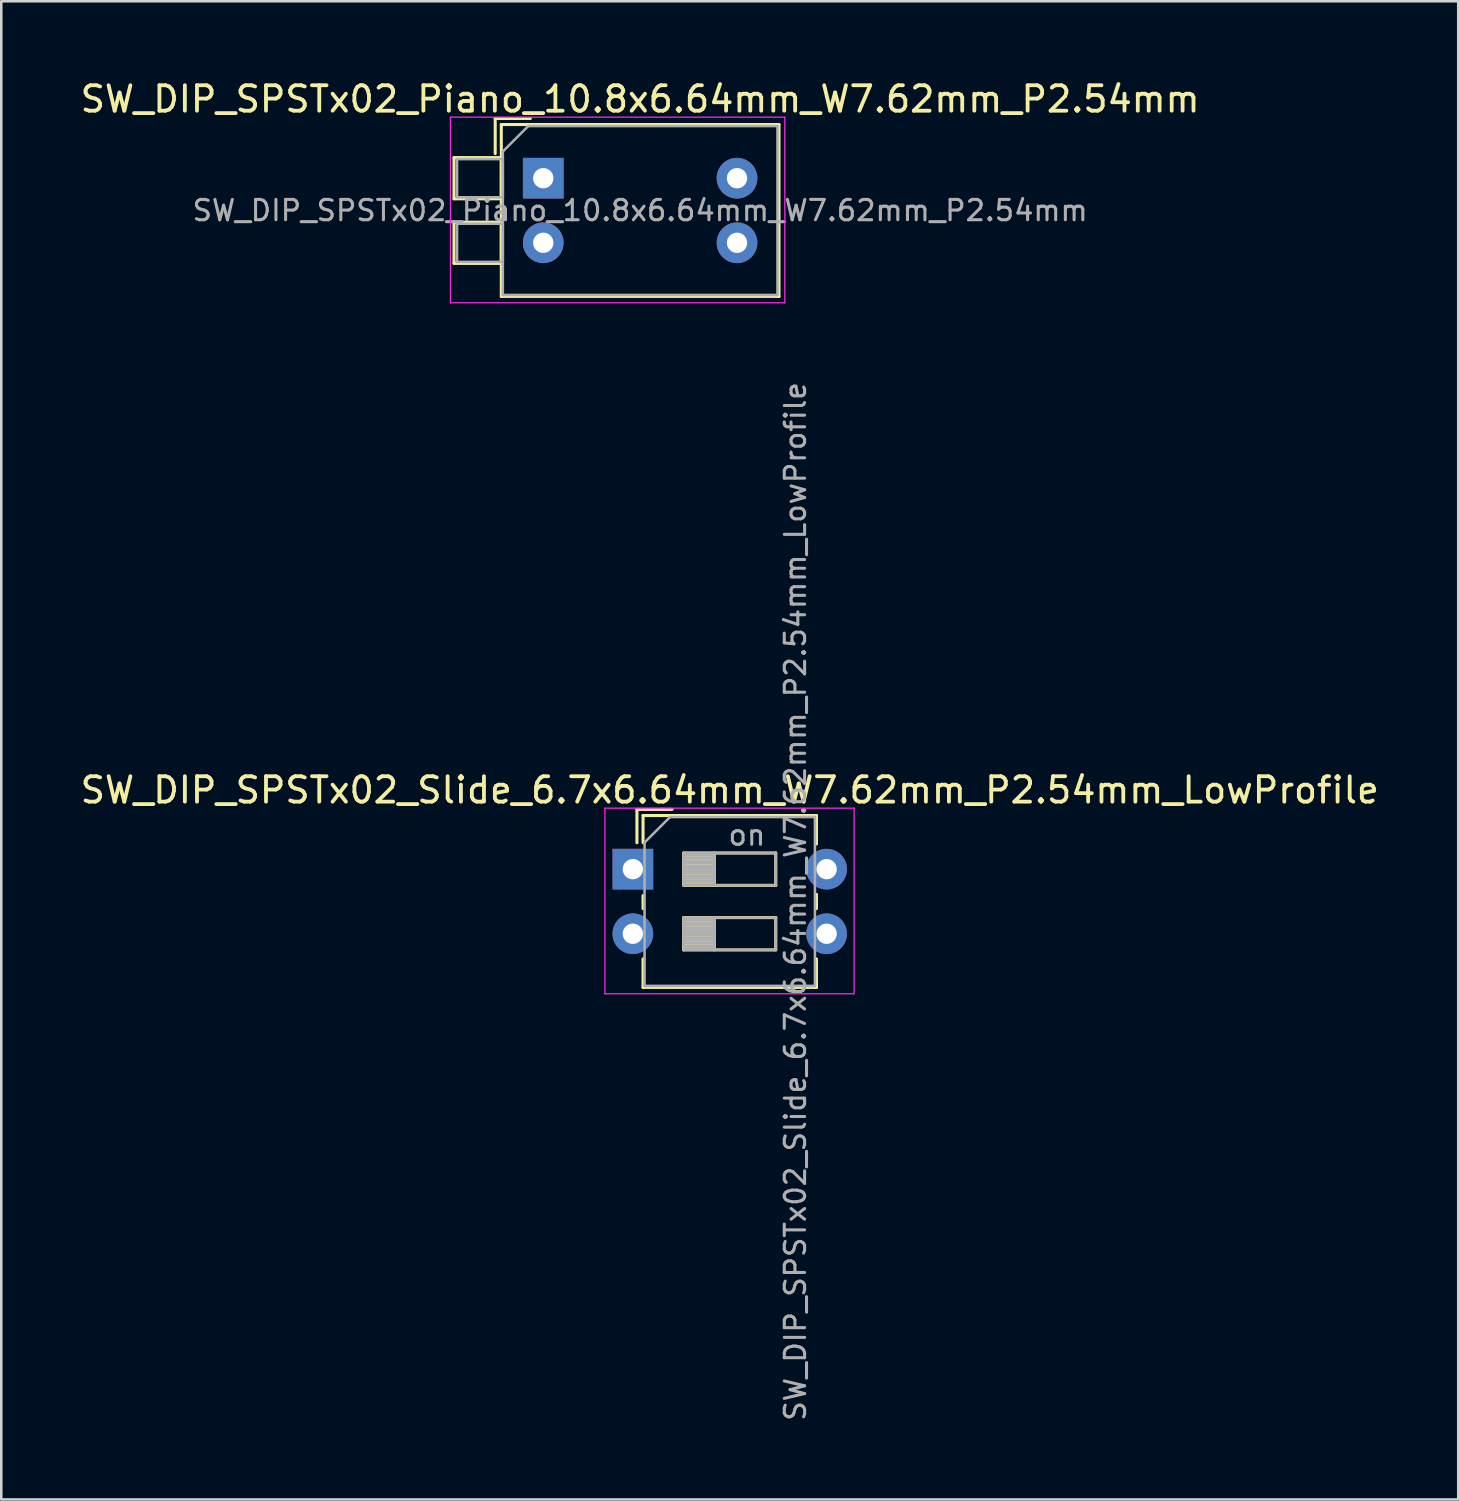
<source format=kicad_pcb>
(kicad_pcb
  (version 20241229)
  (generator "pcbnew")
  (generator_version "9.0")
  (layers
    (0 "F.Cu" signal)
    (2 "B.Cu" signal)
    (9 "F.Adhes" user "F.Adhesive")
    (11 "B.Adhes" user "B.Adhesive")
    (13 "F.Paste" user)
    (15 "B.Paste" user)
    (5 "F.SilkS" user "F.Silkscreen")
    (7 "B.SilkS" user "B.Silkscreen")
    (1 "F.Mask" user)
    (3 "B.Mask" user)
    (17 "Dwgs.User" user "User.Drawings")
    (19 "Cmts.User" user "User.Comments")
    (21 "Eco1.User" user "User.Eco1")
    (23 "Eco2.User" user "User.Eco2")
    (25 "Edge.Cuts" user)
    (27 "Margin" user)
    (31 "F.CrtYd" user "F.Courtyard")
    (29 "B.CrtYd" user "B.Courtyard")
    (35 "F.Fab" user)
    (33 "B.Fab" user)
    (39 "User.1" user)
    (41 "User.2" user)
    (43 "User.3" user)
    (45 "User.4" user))
  (footprint "SW_DIP_SPSTx02_Slide_6.7x6.64mm_W7.62mm_P2.54mm_LowProfile"
    (layer "F.Cu")
    (at 21.839 31.132)
    (property "Reference" "SW_DIP_SPSTx02_Slide_6.7x6.64mm_W7.62mm_P2.54mm_LowProfile" (at 3.81 -3.11 0) (layer "F.SilkS") (effects (font (size 1 1) (thickness 0.15))))
    (attr through_hole)
    (fp_line (start 0.16 -2.35) (end 0.16 -1.04) (stroke (width 0.12) (type solid)) (layer "F.SilkS"))
    (fp_line (start 0.16 -2.35) (end 1.543 -2.35) (stroke (width 0.12) (type solid)) (layer "F.SilkS"))
    (fp_line (start 0.4 -2.11) (end 0.4 -1.04) (stroke (width 0.12) (type solid)) (layer "F.SilkS"))
    (fp_line (start 0.4 -2.11) (end 7.221 -2.11) (stroke (width 0.12) (type solid)) (layer "F.SilkS"))
    (fp_line (start 0.4 1.04) (end 0.4 1.551) (stroke (width 0.12) (type solid)) (layer "F.SilkS"))
    (fp_line (start 0.4 3.53) (end 0.4 4.65) (stroke (width 0.12) (type solid)) (layer "F.SilkS"))
    (fp_line (start 0.4 4.65) (end 7.221 4.65) (stroke (width 0.12) (type solid)) (layer "F.SilkS"))
    (fp_line (start 2 -0.635) (end 2 0.635) (stroke (width 0.12) (type solid)) (layer "F.SilkS"))
    (fp_line (start 2 -0.515) (end 3.207 -0.515) (stroke (width 0.12) (type solid)) (layer "F.SilkS"))
    (fp_line (start 2 -0.395) (end 3.207 -0.395) (stroke (width 0.12) (type solid)) (layer "F.SilkS"))
    (fp_line (start 2 -0.275) (end 3.207 -0.275) (stroke (width 0.12) (type solid)) (layer "F.SilkS"))
    (fp_line (start 2 -0.155) (end 3.207 -0.155) (stroke (width 0.12) (type solid)) (layer "F.SilkS"))
    (fp_line (start 2 -0.035) (end 3.207 -0.035) (stroke (width 0.12) (type solid)) (layer "F.SilkS"))
    (fp_line (start 2 0.085) (end 3.207 0.085) (stroke (width 0.12) (type solid)) (layer "F.SilkS"))
    (fp_line (start 2 0.205) (end 3.207 0.205) (stroke (width 0.12) (type solid)) (layer "F.SilkS"))
    (fp_line (start 2 0.325) (end 3.207 0.325) (stroke (width 0.12) (type solid)) (layer "F.SilkS"))
    (fp_line (start 2 0.445) (end 3.207 0.445) (stroke (width 0.12) (type solid)) (layer "F.SilkS"))
    (fp_line (start 2 0.565) (end 3.207 0.565) (stroke (width 0.12) (type solid)) (layer "F.SilkS"))
    (fp_line (start 2 0.635) (end 5.62 0.635) (stroke (width 0.12) (type solid)) (layer "F.SilkS"))
    (fp_line (start 2 1.905) (end 2 3.175) (stroke (width 0.12) (type solid)) (layer "F.SilkS"))
    (fp_line (start 2 2.025) (end 3.207 2.025) (stroke (width 0.12) (type solid)) (layer "F.SilkS"))
    (fp_line (start 2 2.145) (end 3.207 2.145) (stroke (width 0.12) (type solid)) (layer "F.SilkS"))
    (fp_line (start 2 2.265) (end 3.207 2.265) (stroke (width 0.12) (type solid)) (layer "F.SilkS"))
    (fp_line (start 2 2.385) (end 3.207 2.385) (stroke (width 0.12) (type solid)) (layer "F.SilkS"))
    (fp_line (start 2 2.505) (end 3.207 2.505) (stroke (width 0.12) (type solid)) (layer "F.SilkS"))
    (fp_line (start 2 2.625) (end 3.207 2.625) (stroke (width 0.12) (type solid)) (layer "F.SilkS"))
    (fp_line (start 2 2.745) (end 3.207 2.745) (stroke (width 0.12) (type solid)) (layer "F.SilkS"))
    (fp_line (start 2 2.865) (end 3.207 2.865) (stroke (width 0.12) (type solid)) (layer "F.SilkS"))
    (fp_line (start 2 2.985) (end 3.207 2.985) (stroke (width 0.12) (type solid)) (layer "F.SilkS"))
    (fp_line (start 2 3.105) (end 3.207 3.105) (stroke (width 0.12) (type solid)) (layer "F.SilkS"))
    (fp_line (start 2 3.175) (end 5.62 3.175) (stroke (width 0.12) (type solid)) (layer "F.SilkS"))
    (fp_line (start 3.207 -0.635) (end 3.207 0.635) (stroke (width 0.12) (type solid)) (layer "F.SilkS"))
    (fp_line (start 3.207 1.905) (end 3.207 3.175) (stroke (width 0.12) (type solid)) (layer "F.SilkS"))
    (fp_line (start 5.62 -0.635) (end 2 -0.635) (stroke (width 0.12) (type solid)) (layer "F.SilkS"))
    (fp_line (start 5.62 0.635) (end 5.62 -0.635) (stroke (width 0.12) (type solid)) (layer "F.SilkS"))
    (fp_line (start 5.62 1.905) (end 2 1.905) (stroke (width 0.12) (type solid)) (layer "F.SilkS"))
    (fp_line (start 5.62 3.175) (end 5.62 1.905) (stroke (width 0.12) (type solid)) (layer "F.SilkS"))
    (fp_line (start 7.221 -2.11) (end 7.221 -0.99) (stroke (width 0.12) (type solid)) (layer "F.SilkS"))
    (fp_line (start 7.221 0.99) (end 7.221 1.551) (stroke (width 0.12) (type solid)) (layer "F.SilkS"))
    (fp_line (start 7.221 3.53) (end 7.221 4.65) (stroke (width 0.12) (type solid)) (layer "F.SilkS"))
    (fp_line (start -1.1 -2.4) (end -1.1 4.9) (stroke (width 0.05) (type solid)) (layer "F.CrtYd"))
    (fp_line (start -1.1 4.9) (end 8.7 4.9) (stroke (width 0.05) (type solid)) (layer "F.CrtYd"))
    (fp_line (start 8.7 -2.4) (end -1.1 -2.4) (stroke (width 0.05) (type solid)) (layer "F.CrtYd"))
    (fp_line (start 8.7 4.9) (end 8.7 -2.4) (stroke (width 0.05) (type solid)) (layer "F.CrtYd"))
    (fp_line (start 0.46 -1.05) (end 1.46 -2.05) (stroke (width 0.1) (type solid)) (layer "F.Fab"))
    (fp_line (start 0.46 4.59) (end 0.46 -1.05) (stroke (width 0.1) (type solid)) (layer "F.Fab"))
    (fp_line (start 1.46 -2.05) (end 7.16 -2.05) (stroke (width 0.1) (type solid)) (layer "F.Fab"))
    (fp_line (start 2 -0.635) (end 2 0.635) (stroke (width 0.1) (type solid)) (layer "F.Fab"))
    (fp_line (start 2 -0.535) (end 3.207 -0.535) (stroke (width 0.1) (type solid)) (layer "F.Fab"))
    (fp_line (start 2 -0.435) (end 3.207 -0.435) (stroke (width 0.1) (type solid)) (layer "F.Fab"))
    (fp_line (start 2 -0.335) (end 3.207 -0.335) (stroke (width 0.1) (type solid)) (layer "F.Fab"))
    (fp_line (start 2 -0.235) (end 3.207 -0.235) (stroke (width 0.1) (type solid)) (layer "F.Fab"))
    (fp_line (start 2 -0.135) (end 3.207 -0.135) (stroke (width 0.1) (type solid)) (layer "F.Fab"))
    (fp_line (start 2 -0.035) (end 3.207 -0.035) (stroke (width 0.1) (type solid)) (layer "F.Fab"))
    (fp_line (start 2 0.065) (end 3.207 0.065) (stroke (width 0.1) (type solid)) (layer "F.Fab"))
    (fp_line (start 2 0.165) (end 3.207 0.165) (stroke (width 0.1) (type solid)) (layer "F.Fab"))
    (fp_line (start 2 0.265) (end 3.207 0.265) (stroke (width 0.1) (type solid)) (layer "F.Fab"))
    (fp_line (start 2 0.365) (end 3.207 0.365) (stroke (width 0.1) (type solid)) (layer "F.Fab"))
    (fp_line (start 2 0.465) (end 3.207 0.465) (stroke (width 0.1) (type solid)) (layer "F.Fab"))
    (fp_line (start 2 0.565) (end 3.207 0.565) (stroke (width 0.1) (type solid)) (layer "F.Fab"))
    (fp_line (start 2 0.635) (end 5.62 0.635) (stroke (width 0.1) (type solid)) (layer "F.Fab"))
    (fp_line (start 2 1.905) (end 2 3.175) (stroke (width 0.1) (type solid)) (layer "F.Fab"))
    (fp_line (start 2 2.005) (end 3.207 2.005) (stroke (width 0.1) (type solid)) (layer "F.Fab"))
    (fp_line (start 2 2.105) (end 3.207 2.105) (stroke (width 0.1) (type solid)) (layer "F.Fab"))
    (fp_line (start 2 2.205) (end 3.207 2.205) (stroke (width 0.1) (type solid)) (layer "F.Fab"))
    (fp_line (start 2 2.305) (end 3.207 2.305) (stroke (width 0.1) (type solid)) (layer "F.Fab"))
    (fp_line (start 2 2.405) (end 3.207 2.405) (stroke (width 0.1) (type solid)) (layer "F.Fab"))
    (fp_line (start 2 2.505) (end 3.207 2.505) (stroke (width 0.1) (type solid)) (layer "F.Fab"))
    (fp_line (start 2 2.605) (end 3.207 2.605) (stroke (width 0.1) (type solid)) (layer "F.Fab"))
    (fp_line (start 2 2.705) (end 3.207 2.705) (stroke (width 0.1) (type solid)) (layer "F.Fab"))
    (fp_line (start 2 2.805) (end 3.207 2.805) (stroke (width 0.1) (type solid)) (layer "F.Fab"))
    (fp_line (start 2 2.905) (end 3.207 2.905) (stroke (width 0.1) (type solid)) (layer "F.Fab"))
    (fp_line (start 2 3.005) (end 3.207 3.005) (stroke (width 0.1) (type solid)) (layer "F.Fab"))
    (fp_line (start 2 3.105) (end 3.207 3.105) (stroke (width 0.1) (type solid)) (layer "F.Fab"))
    (fp_line (start 2 3.175) (end 5.62 3.175) (stroke (width 0.1) (type solid)) (layer "F.Fab"))
    (fp_line (start 3.207 -0.635) (end 3.207 0.635) (stroke (width 0.1) (type solid)) (layer "F.Fab"))
    (fp_line (start 3.207 1.905) (end 3.207 3.175) (stroke (width 0.1) (type solid)) (layer "F.Fab"))
    (fp_line (start 5.62 -0.635) (end 2 -0.635) (stroke (width 0.1) (type solid)) (layer "F.Fab"))
    (fp_line (start 5.62 0.635) (end 5.62 -0.635) (stroke (width 0.1) (type solid)) (layer "F.Fab"))
    (fp_line (start 5.62 1.905) (end 2 1.905) (stroke (width 0.1) (type solid)) (layer "F.Fab"))
    (fp_line (start 5.62 3.175) (end 5.62 1.905) (stroke (width 0.1) (type solid)) (layer "F.Fab"))
    (fp_line (start 7.16 -2.05) (end 7.16 4.59) (stroke (width 0.1) (type solid)) (layer "F.Fab"))
    (fp_line (start 7.16 4.59) (end 0.46 4.59) (stroke (width 0.1) (type solid)) (layer "F.Fab"))
    (fp_text user "on" (at 4.485 -1.343 0) (layer "F.Fab") (effects (font (size 0.8 0.8) (thickness 0.12))))
    (fp_text user "${REFERENCE}" (at 6.39 1.27 90) (layer "F.Fab") (effects (font (size 0.8 0.8) (thickness 0.12))))
    (pad "1" thru_hole rect (at 0 0) (size 1.6 1.6) (drill 0.8) (layers "*.Cu" "*.Mask"))
    (pad "2" thru_hole oval (at 0 2.54) (size 1.6 1.6) (drill 0.8) (layers "*.Cu" "*.Mask"))
    (pad "3" thru_hole oval (at 7.62 2.54) (size 1.6 1.6) (drill 0.8) (layers "*.Cu" "*.Mask"))
    (pad "4" thru_hole oval (at 7.62 0) (size 1.6 1.6) (drill 0.8) (layers "*.Cu" "*.Mask")))
  (footprint "SW_DIP_SPSTx02_Piano_10.8x6.64mm_W7.62mm_P2.54mm"
    (layer "F.Cu")
    (at 18.315 3.958)
    (property "Reference" "SW_DIP_SPSTx02_Piano_10.8x6.64mm_W7.62mm_P2.54mm" (at 3.81 -3.11 0) (layer "F.SilkS") (effects (font (size 1 1) (thickness 0.15))))
    (attr through_hole)
    (fp_line (start -3.51 -0.81) (end -3.51 0.81) (stroke (width 0.12) (type solid)) (layer "F.SilkS"))
    (fp_line (start -3.51 -0.81) (end -1.65 -0.81) (stroke (width 0.12) (type solid)) (layer "F.SilkS"))
    (fp_line (start -3.51 0.81) (end -1.65 0.81) (stroke (width 0.12) (type solid)) (layer "F.SilkS"))
    (fp_line (start -3.51 1.73) (end -3.51 3.35) (stroke (width 0.12) (type solid)) (layer "F.SilkS"))
    (fp_line (start -3.51 1.73) (end -1.65 1.73) (stroke (width 0.12) (type solid)) (layer "F.SilkS"))
    (fp_line (start -3.51 3.35) (end -1.65 3.35) (stroke (width 0.12) (type solid)) (layer "F.SilkS"))
    (fp_line (start -1.89 -2.35) (end -1.89 -0.967) (stroke (width 0.12) (type solid)) (layer "F.SilkS"))
    (fp_line (start -1.89 -2.35) (end -0.507 -2.35) (stroke (width 0.12) (type solid)) (layer "F.SilkS"))
    (fp_line (start -1.65 -2.11) (end -1.65 4.65) (stroke (width 0.12) (type solid)) (layer "F.SilkS"))
    (fp_line (start -1.65 -2.11) (end 9.27 -2.11) (stroke (width 0.12) (type solid)) (layer "F.SilkS"))
    (fp_line (start -1.65 -0.81) (end -1.65 0.81) (stroke (width 0.12) (type solid)) (layer "F.SilkS"))
    (fp_line (start -1.65 1.73) (end -1.65 3.35) (stroke (width 0.12) (type solid)) (layer "F.SilkS"))
    (fp_line (start -1.65 4.65) (end 9.27 4.65) (stroke (width 0.12) (type solid)) (layer "F.SilkS"))
    (fp_line (start 9.27 -2.11) (end 9.27 4.65) (stroke (width 0.12) (type solid)) (layer "F.SilkS"))
    (fp_line (start -3.65 -2.4) (end -3.65 4.9) (stroke (width 0.05) (type solid)) (layer "F.CrtYd"))
    (fp_line (start -3.65 4.9) (end 9.5 4.9) (stroke (width 0.05) (type solid)) (layer "F.CrtYd"))
    (fp_line (start 9.5 -2.4) (end -3.65 -2.4) (stroke (width 0.05) (type solid)) (layer "F.CrtYd"))
    (fp_line (start 9.5 4.9) (end 9.5 -2.4) (stroke (width 0.05) (type solid)) (layer "F.CrtYd"))
    (fp_line (start -3.39 -0.75) (end -1.59 -0.75) (stroke (width 0.1) (type solid)) (layer "F.Fab"))
    (fp_line (start -3.39 0.75) (end -3.39 -0.75) (stroke (width 0.1) (type solid)) (layer "F.Fab"))
    (fp_line (start -3.39 1.79) (end -1.59 1.79) (stroke (width 0.1) (type solid)) (layer "F.Fab"))
    (fp_line (start -3.39 3.29) (end -3.39 1.79) (stroke (width 0.1) (type solid)) (layer "F.Fab"))
    (fp_line (start -1.59 -1.05) (end -0.59 -2.05) (stroke (width 0.1) (type solid)) (layer "F.Fab"))
    (fp_line (start -1.59 -0.75) (end -1.59 0.75) (stroke (width 0.1) (type solid)) (layer "F.Fab"))
    (fp_line (start -1.59 0.75) (end -3.39 0.75) (stroke (width 0.1) (type solid)) (layer "F.Fab"))
    (fp_line (start -1.59 1.79) (end -1.59 3.29) (stroke (width 0.1) (type solid)) (layer "F.Fab"))
    (fp_line (start -1.59 3.29) (end -3.39 3.29) (stroke (width 0.1) (type solid)) (layer "F.Fab"))
    (fp_line (start -1.59 4.59) (end -1.59 -1.05) (stroke (width 0.1) (type solid)) (layer "F.Fab"))
    (fp_line (start -0.59 -2.05) (end 9.21 -2.05) (stroke (width 0.1) (type solid)) (layer "F.Fab"))
    (fp_line (start 9.21 -2.05) (end 9.21 4.59) (stroke (width 0.1) (type solid)) (layer "F.Fab"))
    (fp_line (start 9.21 4.59) (end -1.59 4.59) (stroke (width 0.1) (type solid)) (layer "F.Fab"))
    (fp_text user "${REFERENCE}" (at 3.81 1.27 0) (layer "F.Fab") (effects (font (size 0.8 0.8) (thickness 0.12))))
    (pad "1" thru_hole rect (at 0 0) (size 1.6 1.6) (drill 0.8) (layers "*.Cu" "*.Mask"))
    (pad "2" thru_hole oval (at 0 2.54) (size 1.6 1.6) (drill 0.8) (layers "*.Cu" "*.Mask"))
    (pad "3" thru_hole oval (at 7.62 2.54) (size 1.6 1.6) (drill 0.8) (layers "*.Cu" "*.Mask"))
    (pad "4" thru_hole oval (at 7.62 0) (size 1.6 1.6) (drill 0.8) (layers "*.Cu" "*.Mask")))
  (gr_rect
    (start -3 -3)
    (end 54.298 55.921)
    (stroke (width 0.1) (type default))
    (fill no)
    (layer "Edge.Cuts")))
</source>
